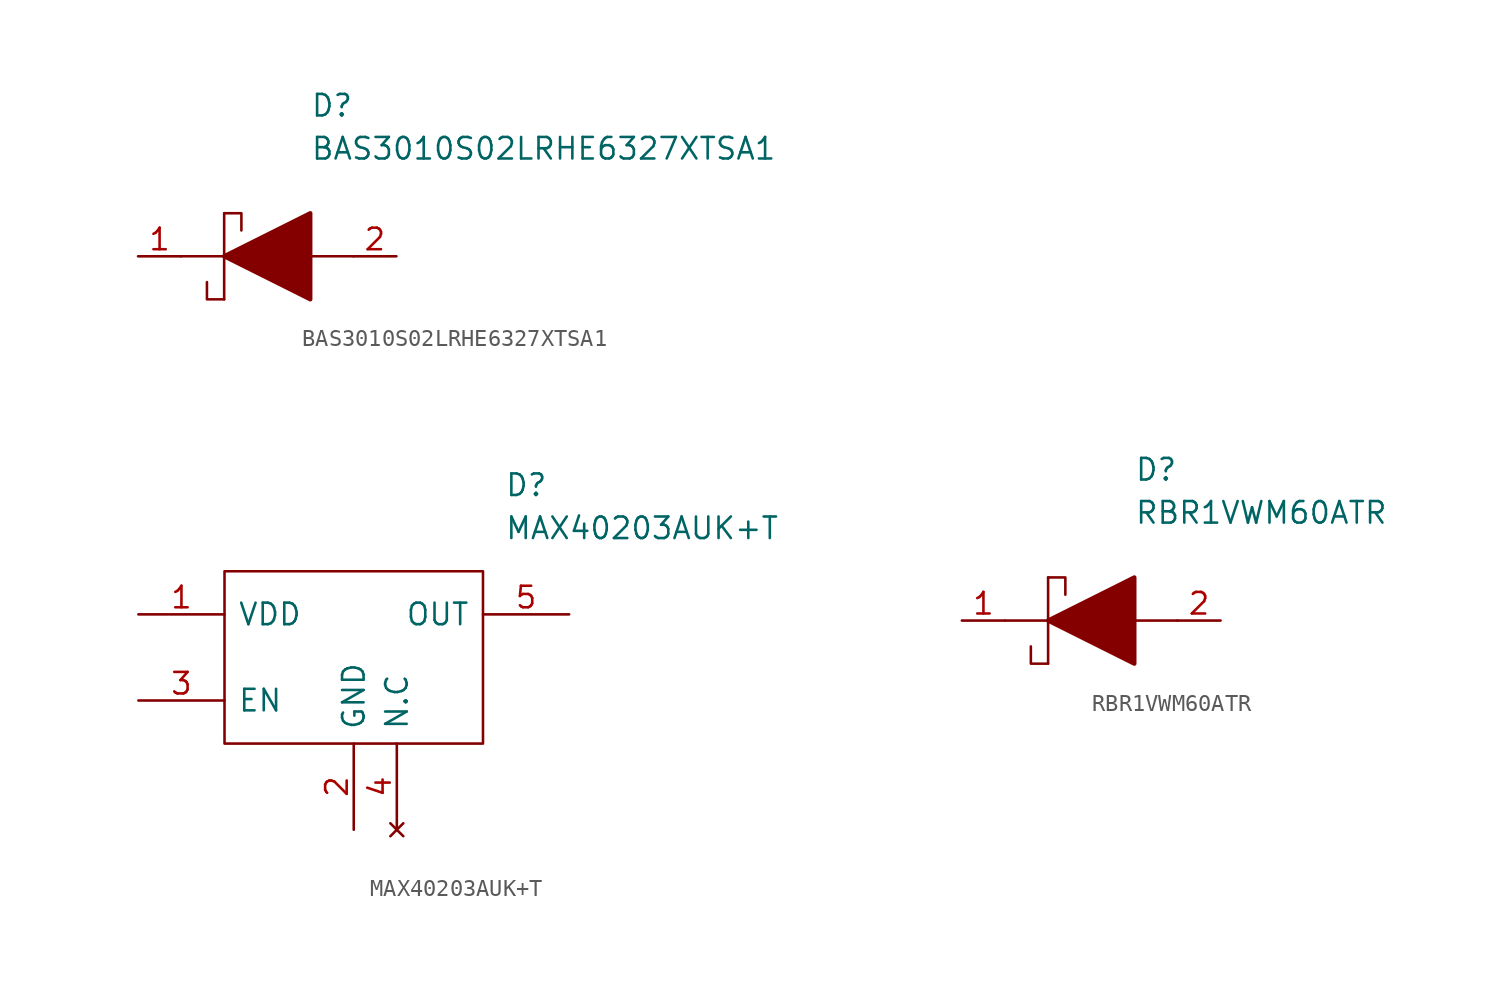
<source format=kicad_sym>
(kicad_symbol_lib
  (version 20211014)
  (generator kicad_symbol_editor)
  (symbol "BAS3010S02LRHE6327XTSA1"
    (pin_names
      (offset 0.762))
    (property "Reference" "D"
      (at 12.7 8.89 0)
      (effects (font (size 1.27 1.27)) (justify left)))
    (property "Value" "BAS3010S02LRHE6327XTSA1"
      (at 12.7 6.35 0)
      (effects (font (size 1.27 1.27)) (justify left)))
    (symbol "BAS3010S02LRHE6327XTSA1_0_0"
      (pin passive line (at 2.54 0 0) (length 2.54) (name "~" (effects (font (size 1.27 1.27)))) (number "1" (effects (font (size 1.27 1.27)))))
      (pin passive line (at 17.78 0 180) (length 2.54) (name "~" (effects (font (size 1.27 1.27)))) (number "2" (effects (font (size 1.27 1.27))))))
    (symbol "BAS3010S02LRHE6327XTSA1_0_1"
      (polyline (pts (xy 5.08 0) (xy 7.62 0)) (stroke (width 0.152) (type default) (color 0 0 0 0)) (fill (type none)))
      (polyline (pts (xy 7.62 2.54) (xy 7.62 -2.54)) (stroke (width 0.152) (type default) (color 0 0 0 0)) (fill (type none)))
      (polyline (pts (xy 12.7 0) (xy 15.24 0)) (stroke (width 0.152) (type default) (color 0 0 0 0)) (fill (type none)))
      (polyline (pts (xy 7.62 -2.54) (xy 6.604 -2.54) (xy 6.604 -1.524)) (stroke (width 0.152) (type default) (color 0 0 0 0)) (fill (type none)))
      (polyline (pts (xy 7.62 2.54) (xy 8.636 2.54) (xy 8.636 1.524)) (stroke (width 0.152) (type default) (color 0 0 0 0)) (fill (type none)))
      (polyline (pts (xy 7.62 0) (xy 12.7 2.54) (xy 12.7 -2.54) (xy 7.62 0)) (stroke (width 0.254) (type default) (color 0 0 0 0)) (fill (type outline)))))
  (symbol "MAX40203AUK+T"
    (pin_names
      (offset 0.762))
    (property "Reference" "D"
      (at 21.59 7.62 0)
      (effects (font (size 1.27 1.27)) (justify left)))
    (property "Value" "MAX40203AUK+T"
      (at 21.59 5.08 0)
      (effects (font (size 1.27 1.27)) (justify left)))
    (symbol "MAX40203AUK+T_0_0"
      (pin power_in line (at 0 0 0) (length 5.08) (name "VDD" (effects (font (size 1.27 1.27)))) (number "1" (effects (font (size 1.27 1.27)))))
      (pin power_in line (at 12.7 -12.7 90) (length 5.08) (name "GND" (effects (font (size 1.27 1.27)))) (number "2" (effects (font (size 1.27 1.27)))))
      (pin input line (at 0 -5.08 0) (length 5.08) (name "EN" (effects (font (size 1.27 1.27)))) (number "3" (effects (font (size 1.27 1.27)))))
      (pin no_connect line (at 15.24 -12.7 90) (length 5.08) (name "N.C" (effects (font (size 1.27 1.27)))) (number "4" (effects (font (size 1.27 1.27)))))
      (pin output line (at 25.4 0 180) (length 5.08) (name "OUT" (effects (font (size 1.27 1.27)))) (number "5" (effects (font (size 1.27 1.27))))))
    (symbol "MAX40203AUK+T_0_1"
      (polyline (pts (xy 5.08 2.54) (xy 20.32 2.54) (xy 20.32 -7.62) (xy 5.08 -7.62) (xy 5.08 2.54)) (stroke (width 0.152) (type default) (color 0 0 0 0)) (fill (type none)))))
  (symbol "RBR1VWM60ATR"
    (pin_names
      (offset 0.762))
    (property "Reference" "D"
      (at 12.7 8.89 0)
      (effects (font (size 1.27 1.27)) (justify left)))
    (property "Value" "RBR1VWM60ATR"
      (at 12.7 6.35 0)
      (effects (font (size 1.27 1.27)) (justify left)))
    (symbol "RBR1VWM60ATR_0_0"
      (pin passive line (at 2.54 0 0) (length 2.54) (name "~" (effects (font (size 1.27 1.27)))) (number "1" (effects (font (size 1.27 1.27)))))
      (pin passive line (at 17.78 0 180) (length 2.54) (name "~" (effects (font (size 1.27 1.27)))) (number "2" (effects (font (size 1.27 1.27))))))
    (symbol "RBR1VWM60ATR_0_1"
      (polyline (pts (xy 5.08 0) (xy 7.62 0)) (stroke (width 0.152) (type default) (color 0 0 0 0)) (fill (type none)))
      (polyline (pts (xy 7.62 2.54) (xy 7.62 -2.54)) (stroke (width 0.152) (type default) (color 0 0 0 0)) (fill (type none)))
      (polyline (pts (xy 12.7 0) (xy 15.24 0)) (stroke (width 0.152) (type default) (color 0 0 0 0)) (fill (type none)))
      (polyline (pts (xy 7.62 -2.54) (xy 6.604 -2.54) (xy 6.604 -1.524)) (stroke (width 0.152) (type default) (color 0 0 0 0)) (fill (type none)))
      (polyline (pts (xy 7.62 2.54) (xy 8.636 2.54) (xy 8.636 1.524)) (stroke (width 0.152) (type default) (color 0 0 0 0)) (fill (type none)))
      (polyline (pts (xy 7.62 0) (xy 12.7 2.54) (xy 12.7 -2.54) (xy 7.62 0)) (stroke (width 0.254) (type default) (color 0 0 0 0)) (fill (type outline))))))
</source>
